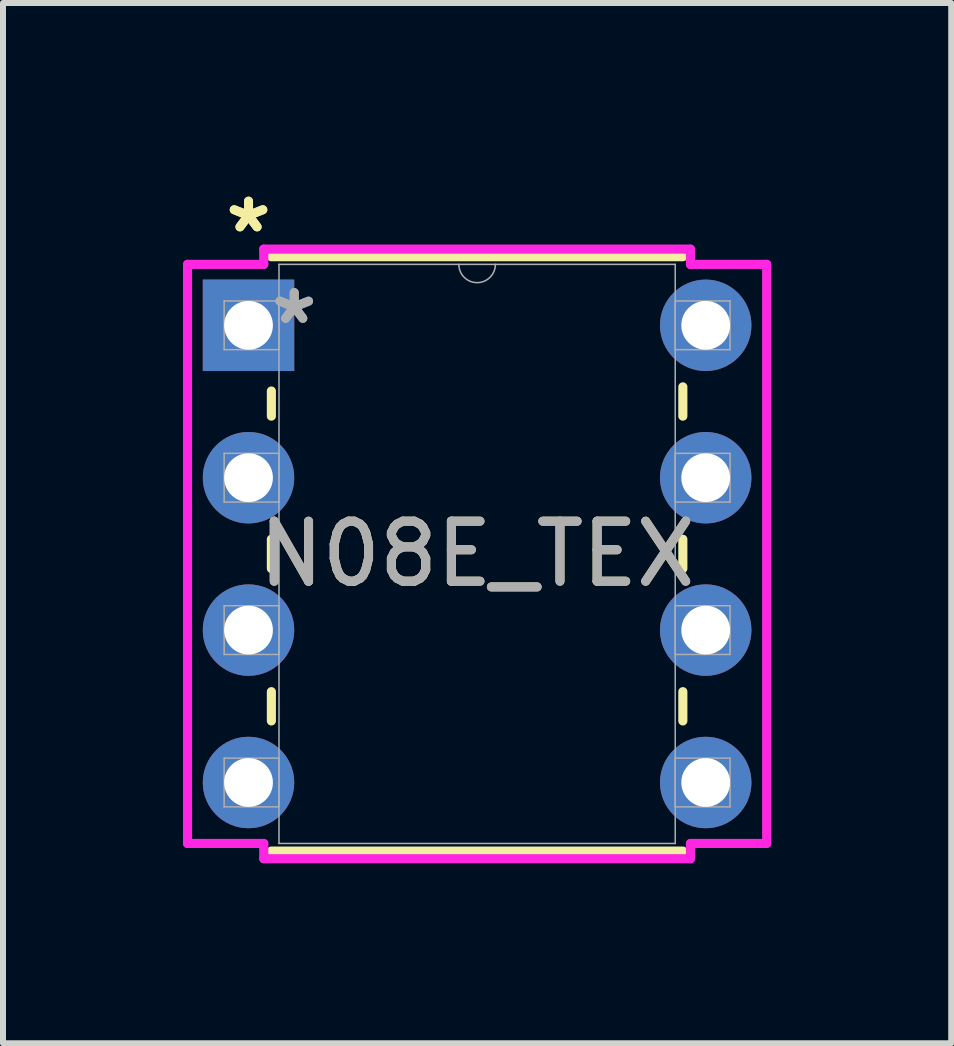
<source format=kicad_pcb>
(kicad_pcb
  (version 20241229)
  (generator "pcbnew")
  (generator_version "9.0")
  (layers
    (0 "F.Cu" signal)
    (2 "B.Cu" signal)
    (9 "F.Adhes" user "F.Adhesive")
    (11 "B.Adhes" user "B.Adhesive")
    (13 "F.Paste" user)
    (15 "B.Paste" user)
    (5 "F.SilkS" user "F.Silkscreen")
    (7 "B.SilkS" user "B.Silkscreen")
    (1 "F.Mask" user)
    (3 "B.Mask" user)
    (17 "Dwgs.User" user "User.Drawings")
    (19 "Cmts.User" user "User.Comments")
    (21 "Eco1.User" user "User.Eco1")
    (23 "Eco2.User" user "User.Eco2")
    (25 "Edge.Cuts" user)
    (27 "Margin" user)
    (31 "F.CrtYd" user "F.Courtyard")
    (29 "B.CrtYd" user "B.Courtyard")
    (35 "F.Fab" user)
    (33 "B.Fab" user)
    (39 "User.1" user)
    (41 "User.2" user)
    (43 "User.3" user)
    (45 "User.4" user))
  (footprint "N08E_TEX"
    (layer "F.Cu")
    (at 1.092 2.372)
    (property "Reference" "N08E_TEX" (at 3.81 3.81 0) (unlocked yes) (layer "F.SilkS") (effects (font (size 1 1) (thickness 0.15))))
    (attr through_hole)
    (fp_line (start 0.381 1.095) (end 0.381 1.514) (stroke (width 0.152) (type solid)) (layer "F.SilkS"))
    (fp_line (start 0.381 3.566) (end 0.381 4.054) (stroke (width 0.152) (type solid)) (layer "F.SilkS"))
    (fp_line (start 0.381 6.106) (end 0.381 6.594) (stroke (width 0.152) (type solid)) (layer "F.SilkS"))
    (fp_line (start 0.381 8.763) (end 7.239 8.763) (stroke (width 0.152) (type solid)) (layer "F.SilkS"))
    (fp_line (start 7.239 -1.143) (end 0.381 -1.143) (stroke (width 0.152) (type solid)) (layer "F.SilkS"))
    (fp_line (start 7.239 1.514) (end 7.239 1.026) (stroke (width 0.152) (type solid)) (layer "F.SilkS"))
    (fp_line (start 7.239 4.054) (end 7.239 3.566) (stroke (width 0.152) (type solid)) (layer "F.SilkS"))
    (fp_line (start 7.239 6.594) (end 7.239 6.106) (stroke (width 0.152) (type solid)) (layer "F.SilkS"))
    (fp_line (start -1.016 -1.016) (end 0.254 -1.016) (stroke (width 0.152) (type solid)) (layer "F.CrtYd"))
    (fp_line (start -1.016 8.636) (end -1.016 -1.016) (stroke (width 0.152) (type solid)) (layer "F.CrtYd"))
    (fp_line (start 0.254 -1.27) (end 7.366 -1.27) (stroke (width 0.152) (type solid)) (layer "F.CrtYd"))
    (fp_line (start 0.254 -1.016) (end 0.254 -1.27) (stroke (width 0.152) (type solid)) (layer "F.CrtYd"))
    (fp_line (start 0.254 8.636) (end -1.016 8.636) (stroke (width 0.152) (type solid)) (layer "F.CrtYd"))
    (fp_line (start 0.254 8.89) (end 0.254 8.636) (stroke (width 0.152) (type solid)) (layer "F.CrtYd"))
    (fp_line (start 7.366 -1.27) (end 7.366 -1.016) (stroke (width 0.152) (type solid)) (layer "F.CrtYd"))
    (fp_line (start 7.366 8.636) (end 7.366 8.89) (stroke (width 0.152) (type solid)) (layer "F.CrtYd"))
    (fp_line (start 7.366 8.89) (end 0.254 8.89) (stroke (width 0.152) (type solid)) (layer "F.CrtYd"))
    (fp_line (start 8.636 -1.016) (end 7.366 -1.016) (stroke (width 0.152) (type solid)) (layer "F.CrtYd"))
    (fp_line (start 8.636 -1.016) (end 8.636 8.636) (stroke (width 0.152) (type solid)) (layer "F.CrtYd"))
    (fp_line (start 8.636 8.636) (end 7.366 8.636) (stroke (width 0.152) (type solid)) (layer "F.CrtYd"))
    (fp_line (start -0.406 -0.406) (end -0.406 0.406) (stroke (width 0.025) (type solid)) (layer "F.Fab"))
    (fp_line (start -0.406 0.406) (end 0.508 0.406) (stroke (width 0.025) (type solid)) (layer "F.Fab"))
    (fp_line (start -0.406 2.134) (end -0.406 2.946) (stroke (width 0.025) (type solid)) (layer "F.Fab"))
    (fp_line (start -0.406 2.946) (end 0.508 2.946) (stroke (width 0.025) (type solid)) (layer "F.Fab"))
    (fp_line (start -0.406 4.674) (end -0.406 5.486) (stroke (width 0.025) (type solid)) (layer "F.Fab"))
    (fp_line (start -0.406 5.486) (end 0.508 5.486) (stroke (width 0.025) (type solid)) (layer "F.Fab"))
    (fp_line (start -0.406 7.214) (end -0.406 8.026) (stroke (width 0.025) (type solid)) (layer "F.Fab"))
    (fp_line (start -0.406 8.026) (end 0.508 8.026) (stroke (width 0.025) (type solid)) (layer "F.Fab"))
    (fp_line (start 0.508 -1.016) (end 0.508 8.636) (stroke (width 0.025) (type solid)) (layer "F.Fab"))
    (fp_line (start 0.508 -0.406) (end -0.406 -0.406) (stroke (width 0.025) (type solid)) (layer "F.Fab"))
    (fp_line (start 0.508 0.406) (end 0.508 -0.406) (stroke (width 0.025) (type solid)) (layer "F.Fab"))
    (fp_line (start 0.508 2.134) (end -0.406 2.134) (stroke (width 0.025) (type solid)) (layer "F.Fab"))
    (fp_line (start 0.508 2.946) (end 0.508 2.134) (stroke (width 0.025) (type solid)) (layer "F.Fab"))
    (fp_line (start 0.508 4.674) (end -0.406 4.674) (stroke (width 0.025) (type solid)) (layer "F.Fab"))
    (fp_line (start 0.508 5.486) (end 0.508 4.674) (stroke (width 0.025) (type solid)) (layer "F.Fab"))
    (fp_line (start 0.508 7.214) (end -0.406 7.214) (stroke (width 0.025) (type solid)) (layer "F.Fab"))
    (fp_line (start 0.508 8.026) (end 0.508 7.214) (stroke (width 0.025) (type solid)) (layer "F.Fab"))
    (fp_line (start 0.508 8.636) (end 7.112 8.636) (stroke (width 0.025) (type solid)) (layer "F.Fab"))
    (fp_line (start 7.112 -1.016) (end 0.508 -1.016) (stroke (width 0.025) (type solid)) (layer "F.Fab"))
    (fp_line (start 7.112 -0.406) (end 7.112 0.406) (stroke (width 0.025) (type solid)) (layer "F.Fab"))
    (fp_line (start 7.112 0.406) (end 8.026 0.406) (stroke (width 0.025) (type solid)) (layer "F.Fab"))
    (fp_line (start 7.112 2.134) (end 7.112 2.946) (stroke (width 0.025) (type solid)) (layer "F.Fab"))
    (fp_line (start 7.112 2.946) (end 8.026 2.946) (stroke (width 0.025) (type solid)) (layer "F.Fab"))
    (fp_line (start 7.112 4.674) (end 7.112 5.486) (stroke (width 0.025) (type solid)) (layer "F.Fab"))
    (fp_line (start 7.112 5.486) (end 8.026 5.486) (stroke (width 0.025) (type solid)) (layer "F.Fab"))
    (fp_line (start 7.112 7.214) (end 7.112 8.026) (stroke (width 0.025) (type solid)) (layer "F.Fab"))
    (fp_line (start 7.112 8.026) (end 8.026 8.026) (stroke (width 0.025) (type solid)) (layer "F.Fab"))
    (fp_line (start 7.112 8.636) (end 7.112 -1.016) (stroke (width 0.025) (type solid)) (layer "F.Fab"))
    (fp_line (start 8.026 -0.406) (end 7.112 -0.406) (stroke (width 0.025) (type solid)) (layer "F.Fab"))
    (fp_line (start 8.026 0.406) (end 8.026 -0.406) (stroke (width 0.025) (type solid)) (layer "F.Fab"))
    (fp_line (start 8.026 2.134) (end 7.112 2.134) (stroke (width 0.025) (type solid)) (layer "F.Fab"))
    (fp_line (start 8.026 2.946) (end 8.026 2.134) (stroke (width 0.025) (type solid)) (layer "F.Fab"))
    (fp_line (start 8.026 4.674) (end 7.112 4.674) (stroke (width 0.025) (type solid)) (layer "F.Fab"))
    (fp_line (start 8.026 5.486) (end 8.026 4.674) (stroke (width 0.025) (type solid)) (layer "F.Fab"))
    (fp_line (start 8.026 7.214) (end 7.112 7.214) (stroke (width 0.025) (type solid)) (layer "F.Fab"))
    (fp_line (start 8.026 8.026) (end 8.026 7.214) (stroke (width 0.025) (type solid)) (layer "F.Fab"))
    (fp_arc (start 4.1148 -1.016) (mid 3.81 -0.7112) (end 3.5052 -1.016) (stroke (width 0.0254) (type solid)) (layer "F.Fab"))
    (fp_text user "*" (at 0 -1.524 0) (unlocked yes) (layer "F.SilkS") (effects (font (size 1 1) (thickness 0.15))))
    (fp_text user "*" (at 0 -1.524 0) (layer "F.SilkS") (effects (font (size 1 1) (thickness 0.15))))
    (fp_text user "*" (at 0.762 0 0) (unlocked yes) (layer "F.Fab") (effects (font (size 1 1) (thickness 0.15))))
    (fp_text user "${REFERENCE}" (at 3.81 3.81 0) (unlocked yes) (layer "F.Fab") (effects (font (size 1 1) (thickness 0.15))))
    (fp_text user "*" (at 0.762 0 0) (layer "F.Fab") (effects (font (size 1 1) (thickness 0.15))))
    (pad "1" thru_hole rect (at 0 0) (size 1.524 1.524) (drill 0.813) (layers "*.Cu" "*.Mask"))
    (pad "2" thru_hole circle (at 0 2.54) (size 1.524 1.524) (drill 0.813) (layers "*.Cu" "*.Mask"))
    (pad "3" thru_hole circle (at 0 5.08) (size 1.524 1.524) (drill 0.813) (layers "*.Cu" "*.Mask"))
    (pad "4" thru_hole circle (at 0 7.62) (size 1.524 1.524) (drill 0.813) (layers "*.Cu" "*.Mask"))
    (pad "5" thru_hole circle (at 7.62 7.62) (size 1.524 1.524) (drill 0.813) (layers "*.Cu" "*.Mask"))
    (pad "6" thru_hole circle (at 7.62 5.08) (size 1.524 1.524) (drill 0.813) (layers "*.Cu" "*.Mask"))
    (pad "7" thru_hole circle (at 7.62 2.54) (size 1.524 1.524) (drill 0.813) (layers "*.Cu" "*.Mask"))
    (pad "8" thru_hole circle (at 7.62 0) (size 1.524 1.524) (drill 0.813) (layers "*.Cu" "*.Mask")))
  (gr_rect
    (start -3 -3)
    (end 12.804 14.338)
    (stroke (width 0.1) (type default))
    (fill no)
    (layer "Edge.Cuts")))
</source>
